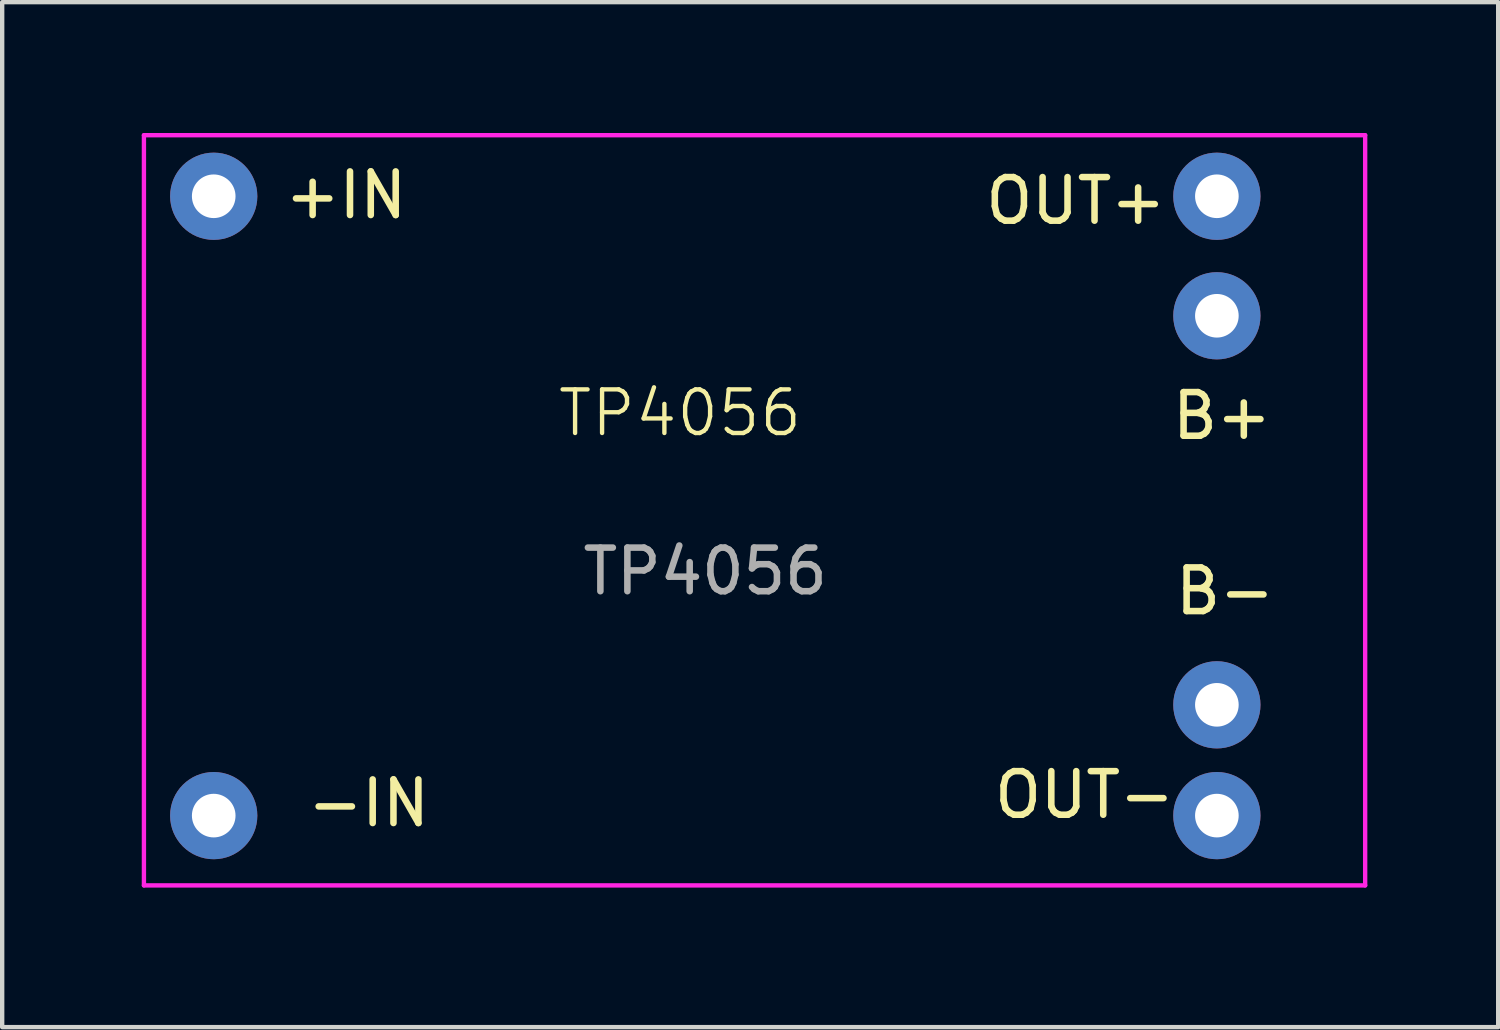
<source format=kicad_pcb>
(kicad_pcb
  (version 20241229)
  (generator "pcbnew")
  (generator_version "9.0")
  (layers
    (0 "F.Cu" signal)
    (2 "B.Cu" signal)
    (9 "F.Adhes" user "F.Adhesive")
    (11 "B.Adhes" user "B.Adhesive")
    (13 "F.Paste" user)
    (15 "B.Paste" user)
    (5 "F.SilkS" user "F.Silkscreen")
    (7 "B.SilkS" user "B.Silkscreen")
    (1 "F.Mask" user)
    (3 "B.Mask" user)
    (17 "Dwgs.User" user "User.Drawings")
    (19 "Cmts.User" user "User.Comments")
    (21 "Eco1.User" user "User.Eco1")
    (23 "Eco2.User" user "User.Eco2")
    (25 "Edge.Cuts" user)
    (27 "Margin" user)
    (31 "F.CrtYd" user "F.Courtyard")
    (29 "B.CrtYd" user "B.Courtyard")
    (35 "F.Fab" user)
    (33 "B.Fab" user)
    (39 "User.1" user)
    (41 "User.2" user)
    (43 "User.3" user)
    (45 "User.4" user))
  (footprint "TP4056"
    (layer "F.Cu")
    (at 0.25 17.25)
    (property "Reference" "TP4056" (at 12.29 -10.83 0) (unlocked yes) (layer "F.SilkS") (effects (font (size 1 1) (thickness 0.1))))
    (attr through_hole)
    (fp_line (start 0 -17.2) (end 28 -17.2) (stroke (width 0.1) (type default)) (layer "F.CrtYd"))
    (fp_line (start 0 0) (end 0 -17.2) (stroke (width 0.1) (type default)) (layer "F.CrtYd"))
    (fp_line (start 0 0) (end 28 0) (stroke (width 0.1) (type default)) (layer "F.CrtYd"))
    (fp_line (start 28 -17.2) (end 28 0) (stroke (width 0.1) (type default)) (layer "F.CrtYd"))
    (fp_text user "B-" (at 23.57 -6.16 0) (unlocked yes) (layer "F.SilkS") (effects (font (size 1 1) (thickness 0.15)) (justify left bottom)))
    (fp_text user "-IN" (at 3.67 -1.3 0) (unlocked yes) (layer "F.SilkS") (effects (font (size 1 1) (thickness 0.15)) (justify left bottom)))
    (fp_text user "OUT+" (at 19.22 -15.11 0) (unlocked yes) (layer "F.SilkS") (effects (font (size 1 1) (thickness 0.15)) (justify left bottom)))
    (fp_text user "OUT-" (at 19.42 -1.49 0) (unlocked yes) (layer "F.SilkS") (effects (font (size 1 1) (thickness 0.15)) (justify left bottom)))
    (fp_text user "+IN" (at 3.15 -15.24 0) (unlocked yes) (layer "F.SilkS") (effects (font (size 1 1) (thickness 0.15)) (justify left bottom)))
    (fp_text user "B+" (at 23.5 -10.18 0) (unlocked yes) (layer "F.SilkS") (effects (font (size 1 1) (thickness 0.15)) (justify left bottom)))
    (fp_text user "${REFERENCE}" (at 12.87 -7.2 0) (unlocked yes) (layer "F.Fab") (effects (font (size 1 1) (thickness 0.15))))
    (pad "1" thru_hole circle (at 1.6 -1.6) (size 2 2) (drill 1) (layers "*.Cu" "*.Mask"))
    (pad "2" thru_hole circle (at 1.6 -15.8) (size 2 2) (drill 1) (layers "*.Cu" "*.Mask"))
    (pad "3" thru_hole circle (at 24.6 -15.8) (size 2 2) (drill 1) (layers "*.Cu" "*.Mask"))
    (pad "4" thru_hole circle (at 24.6 -13.06) (size 2 2) (drill 1) (layers "*.Cu" "*.Mask"))
    (pad "5" thru_hole circle (at 24.6 -4.14) (size 2 2) (drill 1) (layers "*.Cu" "*.Mask"))
    (pad "6" thru_hole circle (at 24.6 -1.6) (size 2 2) (drill 1) (layers "*.Cu" "*.Mask")))
  (gr_rect
    (start -3 -3)
    (end 31.3 20.5)
    (stroke (width 0.1) (type default))
    (fill no)
    (layer "Edge.Cuts")))
</source>
